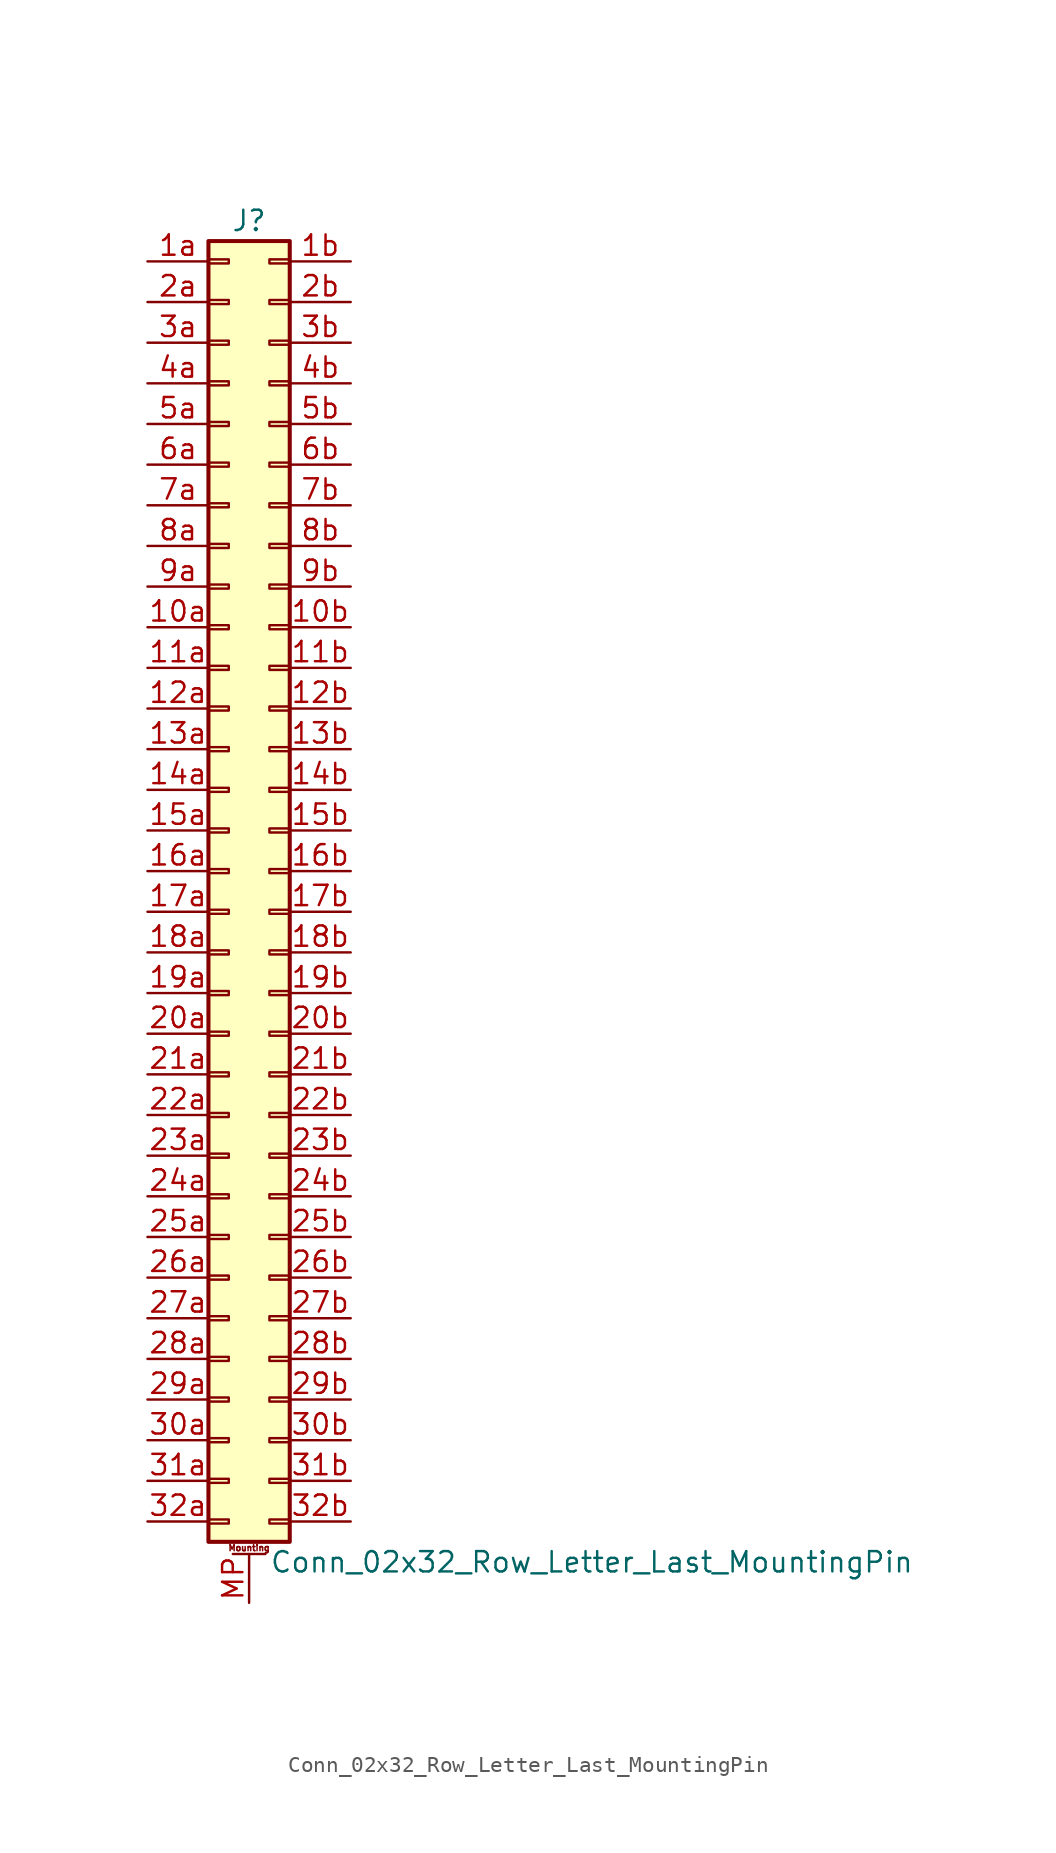
<source format=kicad_sym>
(kicad_symbol_lib
  (version 20201005)
  (generator kicad_symbol_editor)
  (symbol "Conn_02x32_Row_Letter_Last_MountingPin"
    (pin_names
      (offset 1.016) hide)
    (property "Reference" "J"
      (at 1.27 40.64 0)
      (effects (font (size 1.27 1.27))))
    (property "Value" "Conn_02x32_Row_Letter_Last_MountingPin"
      (at 2.54 -43.18 0)
      (effects (font (size 1.27 1.27)) (justify left)))
    (symbol "Conn_02x32_Row_Letter_Last_MountingPin_1_1"
      (text "Mounting" (at 1.27 -42.291 0) (effects (font (size 0.381 0.381))))
      (rectangle (start -1.27 -40.513) (end 0 -40.767) (stroke (width 0.152)) (fill (type none)))
      (rectangle (start -1.27 -37.973) (end 0 -38.227) (stroke (width 0.152)) (fill (type none)))
      (rectangle (start -1.27 -35.433) (end 0 -35.687) (stroke (width 0.152)) (fill (type none)))
      (rectangle (start -1.27 -32.893) (end 0 -33.147) (stroke (width 0.152)) (fill (type none)))
      (rectangle (start -1.27 -30.353) (end 0 -30.607) (stroke (width 0.152)) (fill (type none)))
      (rectangle (start -1.27 -27.813) (end 0 -28.067) (stroke (width 0.152)) (fill (type none)))
      (rectangle (start -1.27 -25.273) (end 0 -25.527) (stroke (width 0.152)) (fill (type none)))
      (rectangle (start -1.27 -22.733) (end 0 -22.987) (stroke (width 0.152)) (fill (type none)))
      (rectangle (start -1.27 -20.193) (end 0 -20.447) (stroke (width 0.152)) (fill (type none)))
      (rectangle (start -1.27 -17.653) (end 0 -17.907) (stroke (width 0.152)) (fill (type none)))
      (rectangle (start -1.27 -15.113) (end 0 -15.367) (stroke (width 0.152)) (fill (type none)))
      (rectangle (start -1.27 -12.573) (end 0 -12.827) (stroke (width 0.152)) (fill (type none)))
      (rectangle (start -1.27 -10.033) (end 0 -10.287) (stroke (width 0.152)) (fill (type none)))
      (rectangle (start -1.27 -7.493) (end 0 -7.747) (stroke (width 0.152)) (fill (type none)))
      (rectangle (start -1.27 -4.953) (end 0 -5.207) (stroke (width 0.152)) (fill (type none)))
      (rectangle (start -1.27 -2.413) (end 0 -2.667) (stroke (width 0.152)) (fill (type none)))
      (rectangle (start -1.27 0.127) (end 0 -0.127) (stroke (width 0.152)) (fill (type none)))
      (rectangle (start -1.27 2.667) (end 0 2.413) (stroke (width 0.152)) (fill (type none)))
      (rectangle (start -1.27 5.207) (end 0 4.953) (stroke (width 0.152)) (fill (type none)))
      (rectangle (start -1.27 7.747) (end 0 7.493) (stroke (width 0.152)) (fill (type none)))
      (rectangle (start -1.27 10.287) (end 0 10.033) (stroke (width 0.152)) (fill (type none)))
      (rectangle (start -1.27 12.827) (end 0 12.573) (stroke (width 0.152)) (fill (type none)))
      (rectangle (start -1.27 15.367) (end 0 15.113) (stroke (width 0.152)) (fill (type none)))
      (rectangle (start -1.27 17.907) (end 0 17.653) (stroke (width 0.152)) (fill (type none)))
      (rectangle (start -1.27 20.447) (end 0 20.193) (stroke (width 0.152)) (fill (type none)))
      (rectangle (start -1.27 22.987) (end 0 22.733) (stroke (width 0.152)) (fill (type none)))
      (rectangle (start -1.27 25.527) (end 0 25.273) (stroke (width 0.152)) (fill (type none)))
      (rectangle (start -1.27 28.067) (end 0 27.813) (stroke (width 0.152)) (fill (type none)))
      (rectangle (start -1.27 30.607) (end 0 30.353) (stroke (width 0.152)) (fill (type none)))
      (rectangle (start -1.27 33.147) (end 0 32.893) (stroke (width 0.152)) (fill (type none)))
      (rectangle (start -1.27 35.687) (end 0 35.433) (stroke (width 0.152)) (fill (type none)))
      (rectangle (start -1.27 38.227) (end 0 37.973) (stroke (width 0.152)) (fill (type none)))
      (rectangle (start 3.81 -40.513) (end 2.54 -40.767) (stroke (width 0.152)) (fill (type none)))
      (rectangle (start 3.81 -37.973) (end 2.54 -38.227) (stroke (width 0.152)) (fill (type none)))
      (rectangle (start 3.81 -35.433) (end 2.54 -35.687) (stroke (width 0.152)) (fill (type none)))
      (rectangle (start 3.81 -32.893) (end 2.54 -33.147) (stroke (width 0.152)) (fill (type none)))
      (rectangle (start 3.81 -30.353) (end 2.54 -30.607) (stroke (width 0.152)) (fill (type none)))
      (rectangle (start 3.81 -27.813) (end 2.54 -28.067) (stroke (width 0.152)) (fill (type none)))
      (rectangle (start 3.81 -25.273) (end 2.54 -25.527) (stroke (width 0.152)) (fill (type none)))
      (rectangle (start 3.81 -22.733) (end 2.54 -22.987) (stroke (width 0.152)) (fill (type none)))
      (rectangle (start 3.81 -20.193) (end 2.54 -20.447) (stroke (width 0.152)) (fill (type none)))
      (rectangle (start 3.81 -17.653) (end 2.54 -17.907) (stroke (width 0.152)) (fill (type none)))
      (rectangle (start 3.81 -15.113) (end 2.54 -15.367) (stroke (width 0.152)) (fill (type none)))
      (rectangle (start 3.81 -12.573) (end 2.54 -12.827) (stroke (width 0.152)) (fill (type none)))
      (rectangle (start 3.81 -10.033) (end 2.54 -10.287) (stroke (width 0.152)) (fill (type none)))
      (rectangle (start 3.81 -7.493) (end 2.54 -7.747) (stroke (width 0.152)) (fill (type none)))
      (rectangle (start 3.81 -4.953) (end 2.54 -5.207) (stroke (width 0.152)) (fill (type none)))
      (rectangle (start 3.81 -2.413) (end 2.54 -2.667) (stroke (width 0.152)) (fill (type none)))
      (rectangle (start 3.81 0.127) (end 2.54 -0.127) (stroke (width 0.152)) (fill (type none)))
      (rectangle (start 3.81 2.667) (end 2.54 2.413) (stroke (width 0.152)) (fill (type none)))
      (rectangle (start 3.81 5.207) (end 2.54 4.953) (stroke (width 0.152)) (fill (type none)))
      (rectangle (start 3.81 7.747) (end 2.54 7.493) (stroke (width 0.152)) (fill (type none)))
      (rectangle (start 3.81 10.287) (end 2.54 10.033) (stroke (width 0.152)) (fill (type none)))
      (rectangle (start 3.81 12.827) (end 2.54 12.573) (stroke (width 0.152)) (fill (type none)))
      (rectangle (start 3.81 15.367) (end 2.54 15.113) (stroke (width 0.152)) (fill (type none)))
      (rectangle (start 3.81 17.907) (end 2.54 17.653) (stroke (width 0.152)) (fill (type none)))
      (rectangle (start 3.81 20.447) (end 2.54 20.193) (stroke (width 0.152)) (fill (type none)))
      (rectangle (start 3.81 22.987) (end 2.54 22.733) (stroke (width 0.152)) (fill (type none)))
      (rectangle (start 3.81 25.527) (end 2.54 25.273) (stroke (width 0.152)) (fill (type none)))
      (rectangle (start 3.81 28.067) (end 2.54 27.813) (stroke (width 0.152)) (fill (type none)))
      (rectangle (start 3.81 30.607) (end 2.54 30.353) (stroke (width 0.152)) (fill (type none)))
      (rectangle (start 3.81 33.147) (end 2.54 32.893) (stroke (width 0.152)) (fill (type none)))
      (rectangle (start 3.81 35.687) (end 2.54 35.433) (stroke (width 0.152)) (fill (type none)))
      (rectangle (start 3.81 38.227) (end 2.54 37.973) (stroke (width 0.152)) (fill (type none)))
      (rectangle (start -1.27 39.37) (end 3.81 -41.91) (stroke (width 0.254)) (fill (type background)))
      (polyline (pts (xy 0.254 -42.672) (xy 2.286 -42.672)) (stroke (width 0.152)) (fill (type none)))
      (pin passive line (at -5.08 15.24 0) (length 3.81) (name "Pin_10a" (effects (font (size 1.27 1.27)))) (number "10a" (effects (font (size 1.27 1.27)))))
      (pin passive line (at 7.62 15.24 180) (length 3.81) (name "Pin_10b" (effects (font (size 1.27 1.27)))) (number "10b" (effects (font (size 1.27 1.27)))))
      (pin passive line (at -5.08 12.7 0) (length 3.81) (name "Pin_11a" (effects (font (size 1.27 1.27)))) (number "11a" (effects (font (size 1.27 1.27)))))
      (pin passive line (at 7.62 12.7 180) (length 3.81) (name "Pin_11b" (effects (font (size 1.27 1.27)))) (number "11b" (effects (font (size 1.27 1.27)))))
      (pin passive line (at -5.08 10.16 0) (length 3.81) (name "Pin_12a" (effects (font (size 1.27 1.27)))) (number "12a" (effects (font (size 1.27 1.27)))))
      (pin passive line (at 7.62 10.16 180) (length 3.81) (name "Pin_12b" (effects (font (size 1.27 1.27)))) (number "12b" (effects (font (size 1.27 1.27)))))
      (pin passive line (at -5.08 7.62 0) (length 3.81) (name "Pin_13a" (effects (font (size 1.27 1.27)))) (number "13a" (effects (font (size 1.27 1.27)))))
      (pin passive line (at 7.62 7.62 180) (length 3.81) (name "Pin_13b" (effects (font (size 1.27 1.27)))) (number "13b" (effects (font (size 1.27 1.27)))))
      (pin passive line (at -5.08 5.08 0) (length 3.81) (name "Pin_14a" (effects (font (size 1.27 1.27)))) (number "14a" (effects (font (size 1.27 1.27)))))
      (pin passive line (at 7.62 5.08 180) (length 3.81) (name "Pin_14b" (effects (font (size 1.27 1.27)))) (number "14b" (effects (font (size 1.27 1.27)))))
      (pin passive line (at -5.08 2.54 0) (length 3.81) (name "Pin_15a" (effects (font (size 1.27 1.27)))) (number "15a" (effects (font (size 1.27 1.27)))))
      (pin passive line (at 7.62 2.54 180) (length 3.81) (name "Pin_15b" (effects (font (size 1.27 1.27)))) (number "15b" (effects (font (size 1.27 1.27)))))
      (pin passive line (at -5.08 0 0) (length 3.81) (name "Pin_16a" (effects (font (size 1.27 1.27)))) (number "16a" (effects (font (size 1.27 1.27)))))
      (pin passive line (at 7.62 0 180) (length 3.81) (name "Pin_16b" (effects (font (size 1.27 1.27)))) (number "16b" (effects (font (size 1.27 1.27)))))
      (pin passive line (at -5.08 -2.54 0) (length 3.81) (name "Pin_17a" (effects (font (size 1.27 1.27)))) (number "17a" (effects (font (size 1.27 1.27)))))
      (pin passive line (at 7.62 -2.54 180) (length 3.81) (name "Pin_17b" (effects (font (size 1.27 1.27)))) (number "17b" (effects (font (size 1.27 1.27)))))
      (pin passive line (at -5.08 -5.08 0) (length 3.81) (name "Pin_18a" (effects (font (size 1.27 1.27)))) (number "18a" (effects (font (size 1.27 1.27)))))
      (pin passive line (at 7.62 -5.08 180) (length 3.81) (name "Pin_18b" (effects (font (size 1.27 1.27)))) (number "18b" (effects (font (size 1.27 1.27)))))
      (pin passive line (at -5.08 -7.62 0) (length 3.81) (name "Pin_19a" (effects (font (size 1.27 1.27)))) (number "19a" (effects (font (size 1.27 1.27)))))
      (pin passive line (at 7.62 -7.62 180) (length 3.81) (name "Pin_19b" (effects (font (size 1.27 1.27)))) (number "19b" (effects (font (size 1.27 1.27)))))
      (pin passive line (at -5.08 38.1 0) (length 3.81) (name "Pin_1a" (effects (font (size 1.27 1.27)))) (number "1a" (effects (font (size 1.27 1.27)))))
      (pin passive line (at 7.62 38.1 180) (length 3.81) (name "Pin_1b" (effects (font (size 1.27 1.27)))) (number "1b" (effects (font (size 1.27 1.27)))))
      (pin passive line (at -5.08 -10.16 0) (length 3.81) (name "Pin_20a" (effects (font (size 1.27 1.27)))) (number "20a" (effects (font (size 1.27 1.27)))))
      (pin passive line (at 7.62 -10.16 180) (length 3.81) (name "Pin_20b" (effects (font (size 1.27 1.27)))) (number "20b" (effects (font (size 1.27 1.27)))))
      (pin passive line (at -5.08 -12.7 0) (length 3.81) (name "Pin_21a" (effects (font (size 1.27 1.27)))) (number "21a" (effects (font (size 1.27 1.27)))))
      (pin passive line (at 7.62 -12.7 180) (length 3.81) (name "Pin_21b" (effects (font (size 1.27 1.27)))) (number "21b" (effects (font (size 1.27 1.27)))))
      (pin passive line (at -5.08 -15.24 0) (length 3.81) (name "Pin_22a" (effects (font (size 1.27 1.27)))) (number "22a" (effects (font (size 1.27 1.27)))))
      (pin passive line (at 7.62 -15.24 180) (length 3.81) (name "Pin_22b" (effects (font (size 1.27 1.27)))) (number "22b" (effects (font (size 1.27 1.27)))))
      (pin passive line (at -5.08 -17.78 0) (length 3.81) (name "Pin_23a" (effects (font (size 1.27 1.27)))) (number "23a" (effects (font (size 1.27 1.27)))))
      (pin passive line (at 7.62 -17.78 180) (length 3.81) (name "Pin_23b" (effects (font (size 1.27 1.27)))) (number "23b" (effects (font (size 1.27 1.27)))))
      (pin passive line (at -5.08 -20.32 0) (length 3.81) (name "Pin_24a" (effects (font (size 1.27 1.27)))) (number "24a" (effects (font (size 1.27 1.27)))))
      (pin passive line (at 7.62 -20.32 180) (length 3.81) (name "Pin_24b" (effects (font (size 1.27 1.27)))) (number "24b" (effects (font (size 1.27 1.27)))))
      (pin passive line (at -5.08 -22.86 0) (length 3.81) (name "Pin_25a" (effects (font (size 1.27 1.27)))) (number "25a" (effects (font (size 1.27 1.27)))))
      (pin passive line (at 7.62 -22.86 180) (length 3.81) (name "Pin_25b" (effects (font (size 1.27 1.27)))) (number "25b" (effects (font (size 1.27 1.27)))))
      (pin passive line (at -5.08 -25.4 0) (length 3.81) (name "Pin_26a" (effects (font (size 1.27 1.27)))) (number "26a" (effects (font (size 1.27 1.27)))))
      (pin passive line (at 7.62 -25.4 180) (length 3.81) (name "Pin_26b" (effects (font (size 1.27 1.27)))) (number "26b" (effects (font (size 1.27 1.27)))))
      (pin passive line (at -5.08 -27.94 0) (length 3.81) (name "Pin_27a" (effects (font (size 1.27 1.27)))) (number "27a" (effects (font (size 1.27 1.27)))))
      (pin passive line (at 7.62 -27.94 180) (length 3.81) (name "Pin_27b" (effects (font (size 1.27 1.27)))) (number "27b" (effects (font (size 1.27 1.27)))))
      (pin passive line (at -5.08 -30.48 0) (length 3.81) (name "Pin_28a" (effects (font (size 1.27 1.27)))) (number "28a" (effects (font (size 1.27 1.27)))))
      (pin passive line (at 7.62 -30.48 180) (length 3.81) (name "Pin_28b" (effects (font (size 1.27 1.27)))) (number "28b" (effects (font (size 1.27 1.27)))))
      (pin passive line (at -5.08 -33.02 0) (length 3.81) (name "Pin_29a" (effects (font (size 1.27 1.27)))) (number "29a" (effects (font (size 1.27 1.27)))))
      (pin passive line (at 7.62 -33.02 180) (length 3.81) (name "Pin_29b" (effects (font (size 1.27 1.27)))) (number "29b" (effects (font (size 1.27 1.27)))))
      (pin passive line (at -5.08 35.56 0) (length 3.81) (name "Pin_2a" (effects (font (size 1.27 1.27)))) (number "2a" (effects (font (size 1.27 1.27)))))
      (pin passive line (at 7.62 35.56 180) (length 3.81) (name "Pin_2b" (effects (font (size 1.27 1.27)))) (number "2b" (effects (font (size 1.27 1.27)))))
      (pin passive line (at -5.08 -35.56 0) (length 3.81) (name "Pin_30a" (effects (font (size 1.27 1.27)))) (number "30a" (effects (font (size 1.27 1.27)))))
      (pin passive line (at 7.62 -35.56 180) (length 3.81) (name "Pin_30b" (effects (font (size 1.27 1.27)))) (number "30b" (effects (font (size 1.27 1.27)))))
      (pin passive line (at -5.08 -38.1 0) (length 3.81) (name "Pin_31a" (effects (font (size 1.27 1.27)))) (number "31a" (effects (font (size 1.27 1.27)))))
      (pin passive line (at 7.62 -38.1 180) (length 3.81) (name "Pin_31b" (effects (font (size 1.27 1.27)))) (number "31b" (effects (font (size 1.27 1.27)))))
      (pin passive line (at -5.08 -40.64 0) (length 3.81) (name "Pin_32a" (effects (font (size 1.27 1.27)))) (number "32a" (effects (font (size 1.27 1.27)))))
      (pin passive line (at 7.62 -40.64 180) (length 3.81) (name "Pin_32b" (effects (font (size 1.27 1.27)))) (number "32b" (effects (font (size 1.27 1.27)))))
      (pin passive line (at -5.08 33.02 0) (length 3.81) (name "Pin_3a" (effects (font (size 1.27 1.27)))) (number "3a" (effects (font (size 1.27 1.27)))))
      (pin passive line (at 7.62 33.02 180) (length 3.81) (name "Pin_3b" (effects (font (size 1.27 1.27)))) (number "3b" (effects (font (size 1.27 1.27)))))
      (pin passive line (at -5.08 30.48 0) (length 3.81) (name "Pin_4a" (effects (font (size 1.27 1.27)))) (number "4a" (effects (font (size 1.27 1.27)))))
      (pin passive line (at 7.62 30.48 180) (length 3.81) (name "Pin_4b" (effects (font (size 1.27 1.27)))) (number "4b" (effects (font (size 1.27 1.27)))))
      (pin passive line (at -5.08 27.94 0) (length 3.81) (name "Pin_5a" (effects (font (size 1.27 1.27)))) (number "5a" (effects (font (size 1.27 1.27)))))
      (pin passive line (at 7.62 27.94 180) (length 3.81) (name "Pin_5b" (effects (font (size 1.27 1.27)))) (number "5b" (effects (font (size 1.27 1.27)))))
      (pin passive line (at -5.08 25.4 0) (length 3.81) (name "Pin_6a" (effects (font (size 1.27 1.27)))) (number "6a" (effects (font (size 1.27 1.27)))))
      (pin passive line (at 7.62 25.4 180) (length 3.81) (name "Pin_6b" (effects (font (size 1.27 1.27)))) (number "6b" (effects (font (size 1.27 1.27)))))
      (pin passive line (at -5.08 22.86 0) (length 3.81) (name "Pin_7a" (effects (font (size 1.27 1.27)))) (number "7a" (effects (font (size 1.27 1.27)))))
      (pin passive line (at 7.62 22.86 180) (length 3.81) (name "Pin_7b" (effects (font (size 1.27 1.27)))) (number "7b" (effects (font (size 1.27 1.27)))))
      (pin passive line (at -5.08 20.32 0) (length 3.81) (name "Pin_8a" (effects (font (size 1.27 1.27)))) (number "8a" (effects (font (size 1.27 1.27)))))
      (pin passive line (at 7.62 20.32 180) (length 3.81) (name "Pin_8b" (effects (font (size 1.27 1.27)))) (number "8b" (effects (font (size 1.27 1.27)))))
      (pin passive line (at -5.08 17.78 0) (length 3.81) (name "Pin_9a" (effects (font (size 1.27 1.27)))) (number "9a" (effects (font (size 1.27 1.27)))))
      (pin passive line (at 7.62 17.78 180) (length 3.81) (name "Pin_9b" (effects (font (size 1.27 1.27)))) (number "9b" (effects (font (size 1.27 1.27)))))
      (pin passive line (at 1.27 -45.72 90) (length 3.048) (name "MountPin" (effects (font (size 1.27 1.27)))) (number "MP" (effects (font (size 1.27 1.27))))))))
</source>
